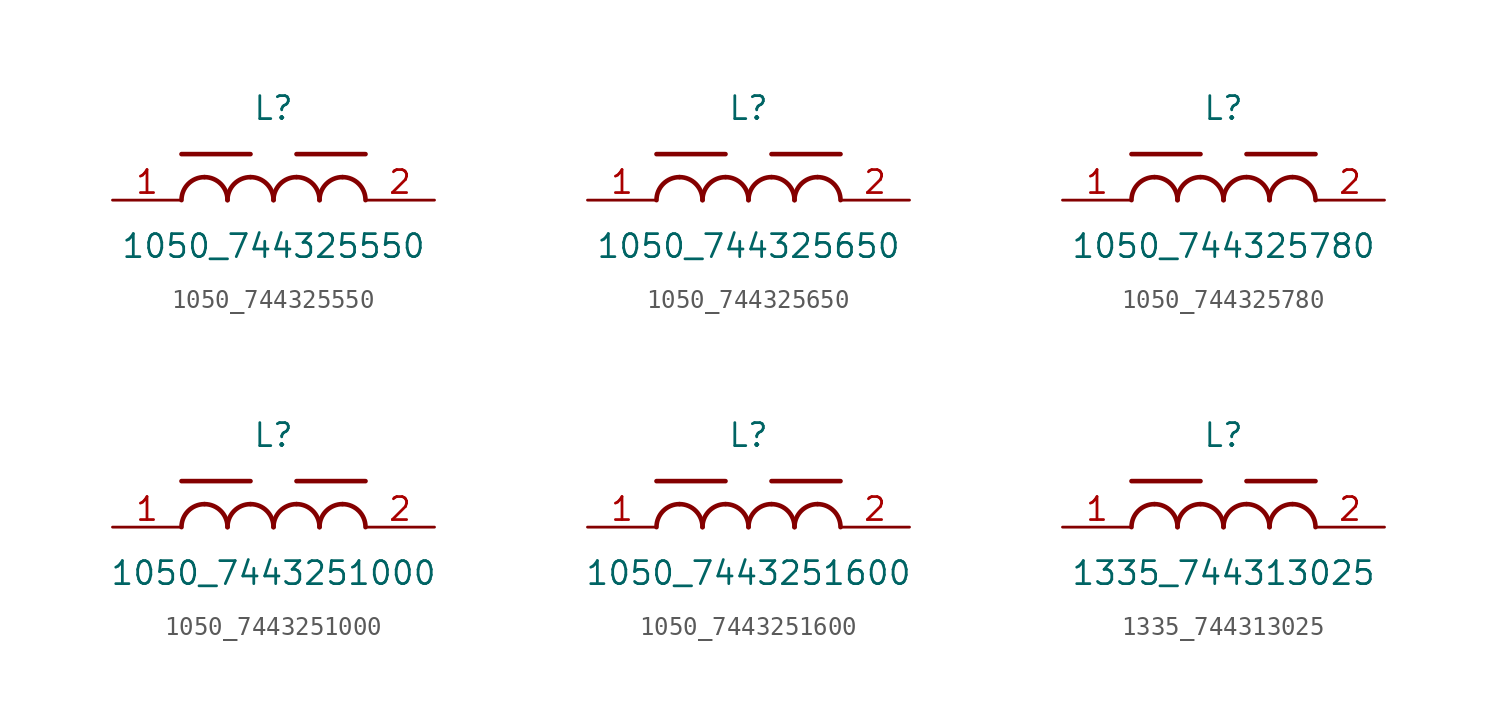
<source format=kicad_sym>
(kicad_symbol_lib
  (version 20211014)
  (generator kicad_symbol_editor)
  (symbol "Inductor_Wurth_WE-HCI:1050_744325550"
    (pin_names hide)
    (property "Reference" "L"
      (at 0 5.08 0)
      (effects (font (size 1.27 1.27))))
    (property "Value" "1050_744325550"
      (at 0 -2.54 0)
      (effects (font (size 1.27 1.27))))
    (symbol "1050_744325550_0_1"
      (arc (start -3.81 1.27) (mid -4.708 0.898) (end -5.08 0) (stroke (width 0.254) (type default) (color 0 0 0 0)) (fill (type none)))
      (arc (start -2.54 0) (mid -2.912 0.898) (end -3.81 1.27) (stroke (width 0.254) (type default) (color 0 0 0 0)) (fill (type none)))
      (arc (start -1.2699 1.2701) (mid -2.1679 0.8981) (end -2.5399 0.0001) (stroke (width 0.254) (type default) (color 0 0 0 0)) (fill (type none)))
      (polyline (pts (xy -5.08 2.54) (xy -1.27 2.54)) (stroke (width 0.254) (type default) (color 0 0 0 0)) (fill (type none)))
      (polyline (pts (xy 5.08 2.54) (xy 1.27 2.54)) (stroke (width 0.254) (type default) (color 0 0 0 0)) (fill (type none)))
      (arc (start 0.0001 0.0001) (mid -0.3719 0.8981) (end -1.2699 1.2701) (stroke (width 0.254) (type default) (color 0 0 0 0)) (fill (type none)))
      (arc (start 1.2701 1.2701) (mid 0.3721 0.8981) (end 0.0001 0.0001) (stroke (width 0.254) (type default) (color 0 0 0 0)) (fill (type none)))
      (arc (start 2.5401 0.0001) (mid 2.1681 0.8981) (end 1.2701 1.2701) (stroke (width 0.254) (type default) (color 0 0 0 0)) (fill (type none)))
      (arc (start 3.8101 1.2701) (mid 2.9121 0.8981) (end 2.5401 0.0001) (stroke (width 0.254) (type default) (color 0 0 0 0)) (fill (type none)))
      (arc (start 5.0801 0.0001) (mid 4.7081 0.8981) (end 3.8101 1.2701) (stroke (width 0.254) (type default) (color 0 0 0 0)) (fill (type none))))
    (symbol "1050_744325550_1_1"
      (pin passive line (at -8.89 0 0) (length 3.81) (name "1" (effects (font (size 1.27 1.27)))) (number "1" (effects (font (size 1.27 1.27)))))
      (pin passive line (at 8.89 0 180) (length 3.81) (name "2" (effects (font (size 1.27 1.27)))) (number "2" (effects (font (size 1.27 1.27)))))))
  (symbol "Inductor_Wurth_WE-HCI:1050_744325650"
    (pin_names hide)
    (property "Reference" "L"
      (at 0 5.08 0)
      (effects (font (size 1.27 1.27))))
    (property "Value" "1050_744325650"
      (at 0 -2.54 0)
      (effects (font (size 1.27 1.27))))
    (symbol "1050_744325650_0_1"
      (arc (start -3.81 1.27) (mid -4.708 0.898) (end -5.08 0) (stroke (width 0.254) (type default) (color 0 0 0 0)) (fill (type none)))
      (arc (start -2.54 0) (mid -2.912 0.898) (end -3.81 1.27) (stroke (width 0.254) (type default) (color 0 0 0 0)) (fill (type none)))
      (arc (start -1.2699 1.2701) (mid -2.1679 0.8981) (end -2.5399 0.0001) (stroke (width 0.254) (type default) (color 0 0 0 0)) (fill (type none)))
      (polyline (pts (xy -5.08 2.54) (xy -1.27 2.54)) (stroke (width 0.254) (type default) (color 0 0 0 0)) (fill (type none)))
      (polyline (pts (xy 5.08 2.54) (xy 1.27 2.54)) (stroke (width 0.254) (type default) (color 0 0 0 0)) (fill (type none)))
      (arc (start 0.0001 0.0001) (mid -0.3719 0.8981) (end -1.2699 1.2701) (stroke (width 0.254) (type default) (color 0 0 0 0)) (fill (type none)))
      (arc (start 1.2701 1.2701) (mid 0.3721 0.8981) (end 0.0001 0.0001) (stroke (width 0.254) (type default) (color 0 0 0 0)) (fill (type none)))
      (arc (start 2.5401 0.0001) (mid 2.1681 0.8981) (end 1.2701 1.2701) (stroke (width 0.254) (type default) (color 0 0 0 0)) (fill (type none)))
      (arc (start 3.8101 1.2701) (mid 2.9121 0.8981) (end 2.5401 0.0001) (stroke (width 0.254) (type default) (color 0 0 0 0)) (fill (type none)))
      (arc (start 5.0801 0.0001) (mid 4.7081 0.8981) (end 3.8101 1.2701) (stroke (width 0.254) (type default) (color 0 0 0 0)) (fill (type none))))
    (symbol "1050_744325650_1_1"
      (pin passive line (at -8.89 0 0) (length 3.81) (name "1" (effects (font (size 1.27 1.27)))) (number "1" (effects (font (size 1.27 1.27)))))
      (pin passive line (at 8.89 0 180) (length 3.81) (name "2" (effects (font (size 1.27 1.27)))) (number "2" (effects (font (size 1.27 1.27)))))))
  (symbol "Inductor_Wurth_WE-HCI:1050_744325780"
    (pin_names hide)
    (property "Reference" "L"
      (at 0 5.08 0)
      (effects (font (size 1.27 1.27))))
    (property "Value" "1050_744325780"
      (at 0 -2.54 0)
      (effects (font (size 1.27 1.27))))
    (symbol "1050_744325780_0_1"
      (arc (start -3.81 1.27) (mid -4.708 0.898) (end -5.08 0) (stroke (width 0.254) (type default) (color 0 0 0 0)) (fill (type none)))
      (arc (start -2.54 0) (mid -2.912 0.898) (end -3.81 1.27) (stroke (width 0.254) (type default) (color 0 0 0 0)) (fill (type none)))
      (arc (start -1.2699 1.2701) (mid -2.1679 0.8981) (end -2.5399 0.0001) (stroke (width 0.254) (type default) (color 0 0 0 0)) (fill (type none)))
      (polyline (pts (xy -5.08 2.54) (xy -1.27 2.54)) (stroke (width 0.254) (type default) (color 0 0 0 0)) (fill (type none)))
      (polyline (pts (xy 5.08 2.54) (xy 1.27 2.54)) (stroke (width 0.254) (type default) (color 0 0 0 0)) (fill (type none)))
      (arc (start 0.0001 0.0001) (mid -0.3719 0.8981) (end -1.2699 1.2701) (stroke (width 0.254) (type default) (color 0 0 0 0)) (fill (type none)))
      (arc (start 1.2701 1.2701) (mid 0.3721 0.8981) (end 0.0001 0.0001) (stroke (width 0.254) (type default) (color 0 0 0 0)) (fill (type none)))
      (arc (start 2.5401 0.0001) (mid 2.1681 0.8981) (end 1.2701 1.2701) (stroke (width 0.254) (type default) (color 0 0 0 0)) (fill (type none)))
      (arc (start 3.8101 1.2701) (mid 2.9121 0.8981) (end 2.5401 0.0001) (stroke (width 0.254) (type default) (color 0 0 0 0)) (fill (type none)))
      (arc (start 5.0801 0.0001) (mid 4.7081 0.8981) (end 3.8101 1.2701) (stroke (width 0.254) (type default) (color 0 0 0 0)) (fill (type none))))
    (symbol "1050_744325780_1_1"
      (pin passive line (at -8.89 0 0) (length 3.81) (name "1" (effects (font (size 1.27 1.27)))) (number "1" (effects (font (size 1.27 1.27)))))
      (pin passive line (at 8.89 0 180) (length 3.81) (name "2" (effects (font (size 1.27 1.27)))) (number "2" (effects (font (size 1.27 1.27)))))))
  (symbol "Inductor_Wurth_WE-HCI:1050_7443251000"
    (pin_names hide)
    (property "Reference" "L"
      (at 0 5.08 0)
      (effects (font (size 1.27 1.27))))
    (property "Value" "1050_7443251000"
      (at 0 -2.54 0)
      (effects (font (size 1.27 1.27))))
    (symbol "1050_7443251000_0_1"
      (arc (start -3.81 1.27) (mid -4.708 0.898) (end -5.08 0) (stroke (width 0.254) (type default) (color 0 0 0 0)) (fill (type none)))
      (arc (start -2.54 0) (mid -2.912 0.898) (end -3.81 1.27) (stroke (width 0.254) (type default) (color 0 0 0 0)) (fill (type none)))
      (arc (start -1.2699 1.2701) (mid -2.1679 0.8981) (end -2.5399 0.0001) (stroke (width 0.254) (type default) (color 0 0 0 0)) (fill (type none)))
      (polyline (pts (xy -5.08 2.54) (xy -1.27 2.54)) (stroke (width 0.254) (type default) (color 0 0 0 0)) (fill (type none)))
      (polyline (pts (xy 5.08 2.54) (xy 1.27 2.54)) (stroke (width 0.254) (type default) (color 0 0 0 0)) (fill (type none)))
      (arc (start 0.0001 0.0001) (mid -0.3719 0.8981) (end -1.2699 1.2701) (stroke (width 0.254) (type default) (color 0 0 0 0)) (fill (type none)))
      (arc (start 1.2701 1.2701) (mid 0.3721 0.8981) (end 0.0001 0.0001) (stroke (width 0.254) (type default) (color 0 0 0 0)) (fill (type none)))
      (arc (start 2.5401 0.0001) (mid 2.1681 0.8981) (end 1.2701 1.2701) (stroke (width 0.254) (type default) (color 0 0 0 0)) (fill (type none)))
      (arc (start 3.8101 1.2701) (mid 2.9121 0.8981) (end 2.5401 0.0001) (stroke (width 0.254) (type default) (color 0 0 0 0)) (fill (type none)))
      (arc (start 5.0801 0.0001) (mid 4.7081 0.8981) (end 3.8101 1.2701) (stroke (width 0.254) (type default) (color 0 0 0 0)) (fill (type none))))
    (symbol "1050_7443251000_1_1"
      (pin passive line (at -8.89 0 0) (length 3.81) (name "1" (effects (font (size 1.27 1.27)))) (number "1" (effects (font (size 1.27 1.27)))))
      (pin passive line (at 8.89 0 180) (length 3.81) (name "2" (effects (font (size 1.27 1.27)))) (number "2" (effects (font (size 1.27 1.27)))))))
  (symbol "Inductor_Wurth_WE-HCI:1050_7443251600"
    (pin_names hide)
    (property "Reference" "L"
      (at 0 5.08 0)
      (effects (font (size 1.27 1.27))))
    (property "Value" "1050_7443251600"
      (at 0 -2.54 0)
      (effects (font (size 1.27 1.27))))
    (symbol "1050_7443251600_0_1"
      (arc (start -3.81 1.27) (mid -4.708 0.898) (end -5.08 0) (stroke (width 0.254) (type default) (color 0 0 0 0)) (fill (type none)))
      (arc (start -2.54 0) (mid -2.912 0.898) (end -3.81 1.27) (stroke (width 0.254) (type default) (color 0 0 0 0)) (fill (type none)))
      (arc (start -1.2699 1.2701) (mid -2.1679 0.8981) (end -2.5399 0.0001) (stroke (width 0.254) (type default) (color 0 0 0 0)) (fill (type none)))
      (polyline (pts (xy -5.08 2.54) (xy -1.27 2.54)) (stroke (width 0.254) (type default) (color 0 0 0 0)) (fill (type none)))
      (polyline (pts (xy 5.08 2.54) (xy 1.27 2.54)) (stroke (width 0.254) (type default) (color 0 0 0 0)) (fill (type none)))
      (arc (start 0.0001 0.0001) (mid -0.3719 0.8981) (end -1.2699 1.2701) (stroke (width 0.254) (type default) (color 0 0 0 0)) (fill (type none)))
      (arc (start 1.2701 1.2701) (mid 0.3721 0.8981) (end 0.0001 0.0001) (stroke (width 0.254) (type default) (color 0 0 0 0)) (fill (type none)))
      (arc (start 2.5401 0.0001) (mid 2.1681 0.8981) (end 1.2701 1.2701) (stroke (width 0.254) (type default) (color 0 0 0 0)) (fill (type none)))
      (arc (start 3.8101 1.2701) (mid 2.9121 0.8981) (end 2.5401 0.0001) (stroke (width 0.254) (type default) (color 0 0 0 0)) (fill (type none)))
      (arc (start 5.0801 0.0001) (mid 4.7081 0.8981) (end 3.8101 1.2701) (stroke (width 0.254) (type default) (color 0 0 0 0)) (fill (type none))))
    (symbol "1050_7443251600_1_1"
      (pin passive line (at -8.89 0 0) (length 3.81) (name "1" (effects (font (size 1.27 1.27)))) (number "1" (effects (font (size 1.27 1.27)))))
      (pin passive line (at 8.89 0 180) (length 3.81) (name "2" (effects (font (size 1.27 1.27)))) (number "2" (effects (font (size 1.27 1.27)))))))
  (symbol "Inductor_Wurth_WE-HCI:1335_744313025"
    (pin_names hide)
    (property "Reference" "L"
      (at 0 5.08 0)
      (effects (font (size 1.27 1.27))))
    (property "Value" "1335_744313025"
      (at 0 -2.54 0)
      (effects (font (size 1.27 1.27))))
    (symbol "1335_744313025_0_1"
      (arc (start -3.81 1.27) (mid -4.708 0.898) (end -5.08 0) (stroke (width 0.254) (type default) (color 0 0 0 0)) (fill (type none)))
      (arc (start -2.54 0) (mid -2.912 0.898) (end -3.81 1.27) (stroke (width 0.254) (type default) (color 0 0 0 0)) (fill (type none)))
      (arc (start -1.2699 1.2701) (mid -2.1679 0.8981) (end -2.5399 0.0001) (stroke (width 0.254) (type default) (color 0 0 0 0)) (fill (type none)))
      (polyline (pts (xy -5.08 2.54) (xy -1.27 2.54)) (stroke (width 0.254) (type default) (color 0 0 0 0)) (fill (type none)))
      (polyline (pts (xy 5.08 2.54) (xy 1.27 2.54)) (stroke (width 0.254) (type default) (color 0 0 0 0)) (fill (type none)))
      (arc (start 0.0001 0.0001) (mid -0.3719 0.8981) (end -1.2699 1.2701) (stroke (width 0.254) (type default) (color 0 0 0 0)) (fill (type none)))
      (arc (start 1.2701 1.2701) (mid 0.3721 0.8981) (end 0.0001 0.0001) (stroke (width 0.254) (type default) (color 0 0 0 0)) (fill (type none)))
      (arc (start 2.5401 0.0001) (mid 2.1681 0.8981) (end 1.2701 1.2701) (stroke (width 0.254) (type default) (color 0 0 0 0)) (fill (type none)))
      (arc (start 3.8101 1.2701) (mid 2.9121 0.8981) (end 2.5401 0.0001) (stroke (width 0.254) (type default) (color 0 0 0 0)) (fill (type none)))
      (arc (start 5.0801 0.0001) (mid 4.7081 0.8981) (end 3.8101 1.2701) (stroke (width 0.254) (type default) (color 0 0 0 0)) (fill (type none))))
    (symbol "1335_744313025_1_1"
      (pin passive line (at -8.89 0 0) (length 3.81) (name "1" (effects (font (size 1.27 1.27)))) (number "1" (effects (font (size 1.27 1.27)))))
      (pin passive line (at 8.89 0 180) (length 3.81) (name "2" (effects (font (size 1.27 1.27)))) (number "2" (effects (font (size 1.27 1.27))))))))
</source>
